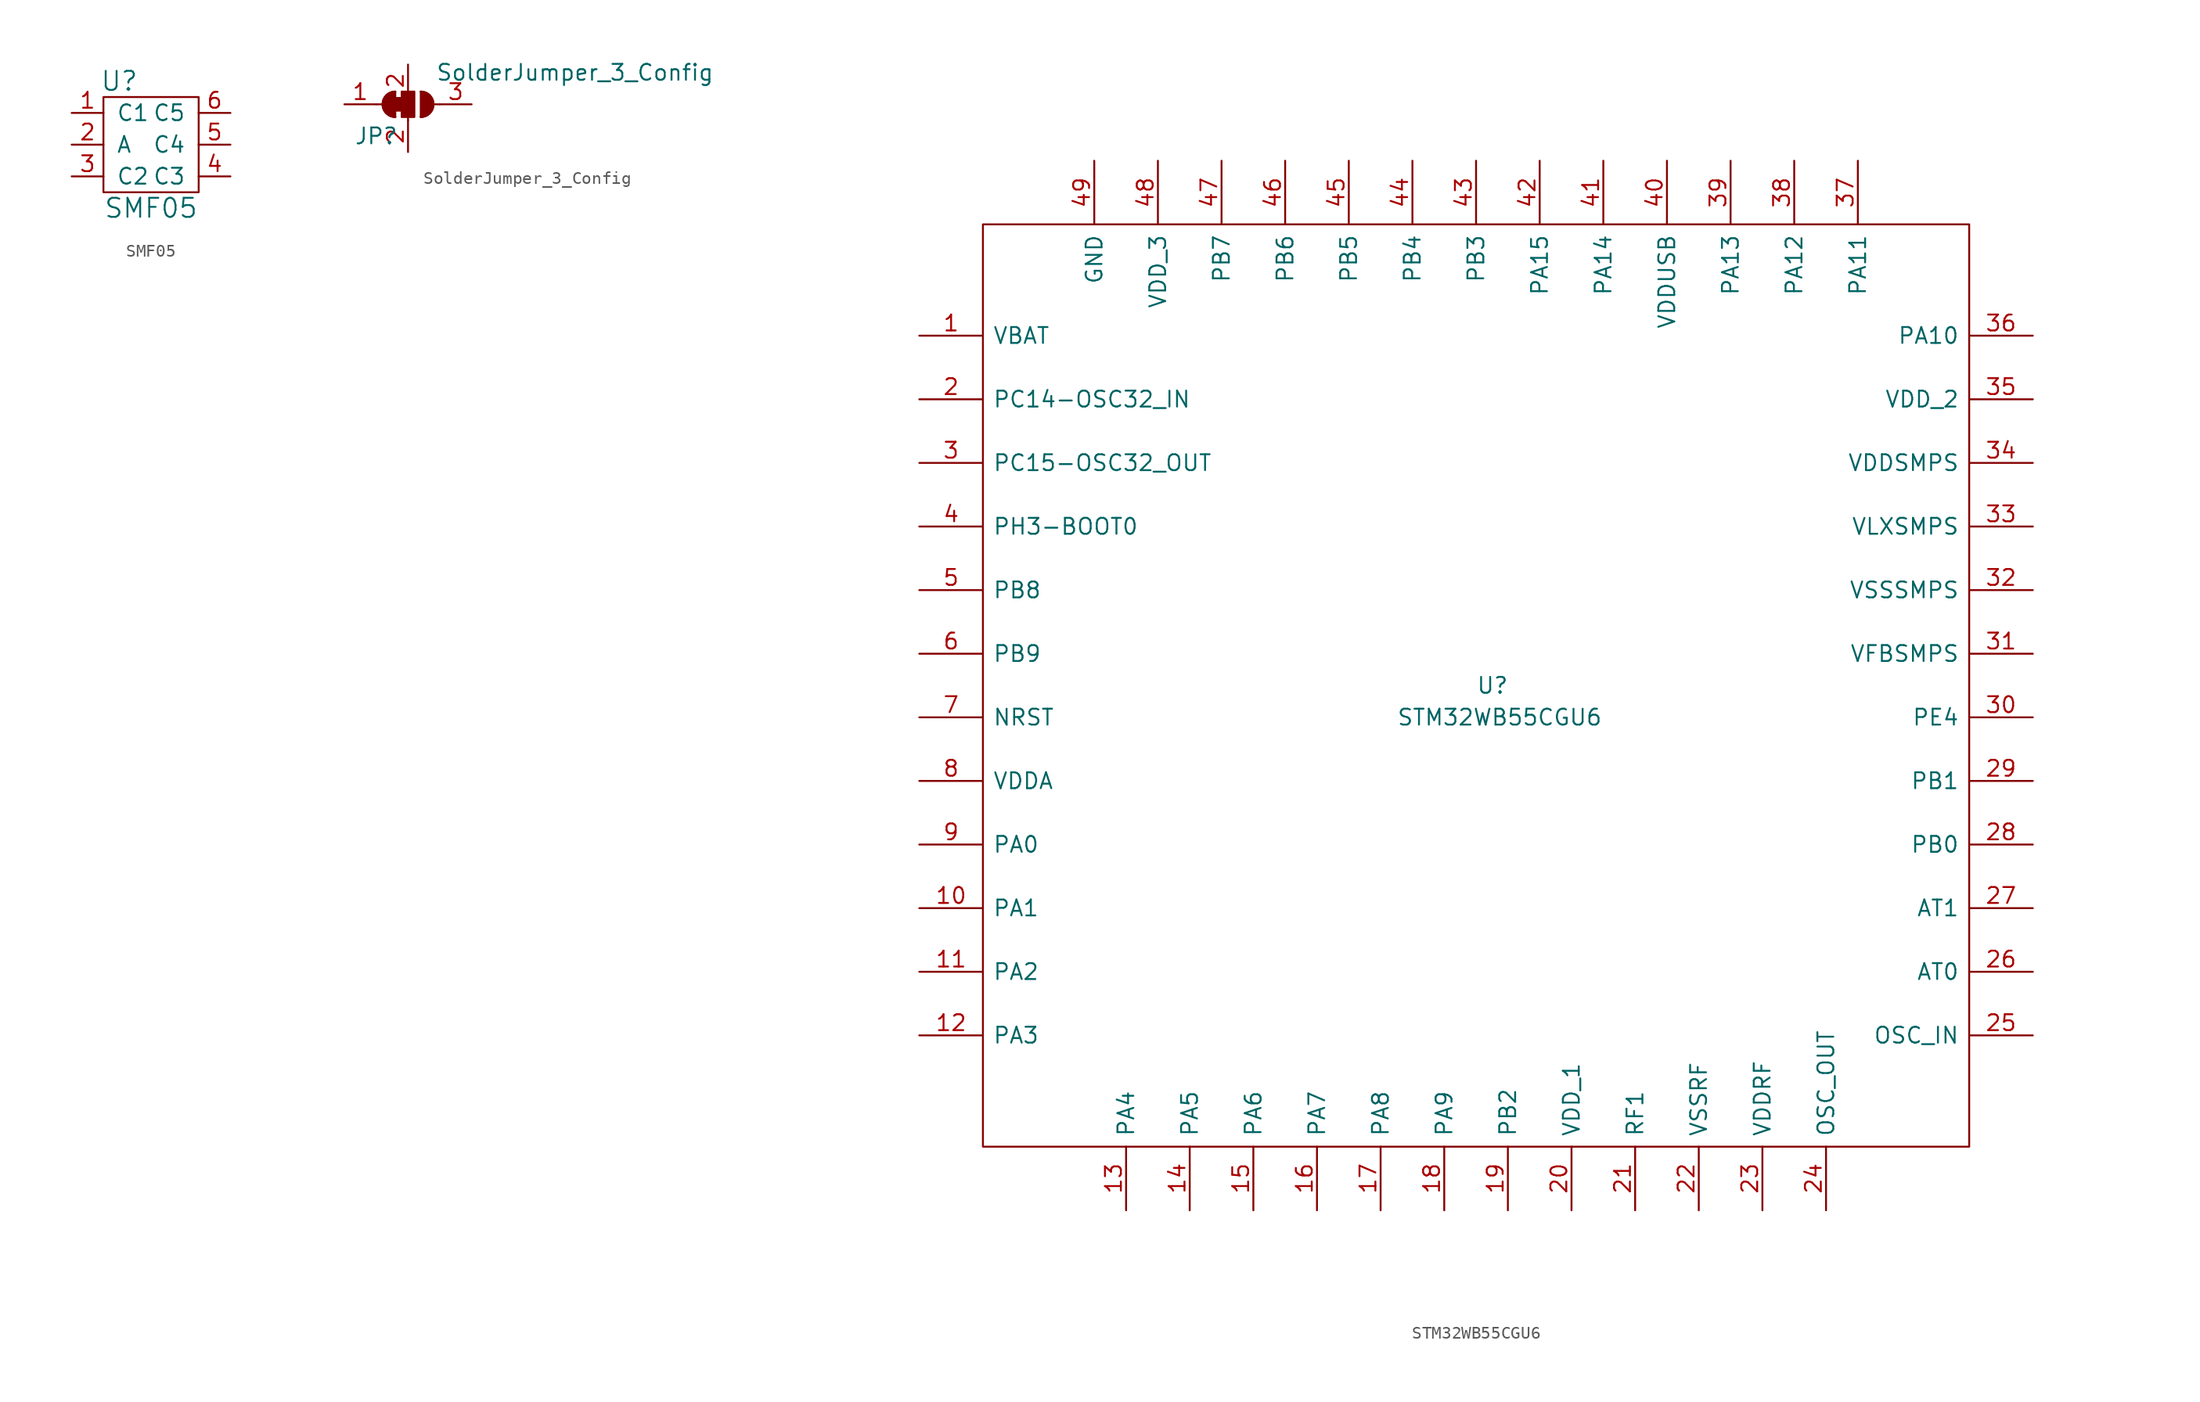
<source format=kicad_sym>
(kicad_symbol_lib
  (version 20211014)
  (generator kicad_symbol_editor)
  (symbol "SMF05"
    (pin_names
      (offset 1.016))
    (property "Reference" "U"
      (at -2.54 7.62 0)
      (effects (font (size 1.524 1.524))))
    (property "Value" "SMF05"
      (at 0 -2.54 0)
      (effects (font (size 1.524 1.524))))
    (symbol "SMF05_0_1"
      (rectangle (start -3.81 6.35) (end 3.81 -1.27) (stroke (width 0) (type default) (color 0 0 0 0)) (fill (type none))))
    (symbol "SMF05_1_1"
      (pin input line (at -6.35 5.08 0) (length 2.54) (name "C1" (effects (font (size 1.27 1.27)))) (number "1" (effects (font (size 1.27 1.27)))))
      (pin input line (at -6.35 2.54 0) (length 2.54) (name "A" (effects (font (size 1.27 1.27)))) (number "2" (effects (font (size 1.27 1.27)))))
      (pin input line (at -6.35 0 0) (length 2.54) (name "C2" (effects (font (size 1.27 1.27)))) (number "3" (effects (font (size 1.27 1.27)))))
      (pin input line (at 6.35 0 180) (length 2.54) (name "C3" (effects (font (size 1.27 1.27)))) (number "4" (effects (font (size 1.27 1.27)))))
      (pin input line (at 6.35 2.54 180) (length 2.54) (name "C4" (effects (font (size 1.27 1.27)))) (number "5" (effects (font (size 1.27 1.27)))))
      (pin input line (at 6.35 5.08 180) (length 2.54) (name "C5" (effects (font (size 1.27 1.27)))) (number "6" (effects (font (size 1.27 1.27)))))))
  (symbol "SolderJumper_3_Config"
    (pin_names
      (offset 0) hide)
    (property "Reference" "JP"
      (at -2.54 -2.54 0)
      (effects (font (size 1.27 1.27))))
    (property "Value" "SolderJumper_3_Config"
      (at 13.335 2.54 0)
      (effects (font (size 1.27 1.27))))
    (symbol "SolderJumper_3_Config_0_1"
      (rectangle (start -1.016 0.508) (end -0.508 -0.508) (stroke (width 0) (type default) (color 0 0 0 0)) (fill (type outline)))
      (arc (start -1.016 1.016) (mid -2.032 0) (end -1.016 -1.016) (stroke (width 0) (type default) (color 0 0 0 0)) (fill (type none)))
      (arc (start -1.016 1.016) (mid -2.032 0) (end -1.016 -1.016) (stroke (width 0) (type default) (color 0 0 0 0)) (fill (type outline)))
      (rectangle (start -0.508 1.016) (end 0.508 -1.016) (stroke (width 0) (type default) (color 0 0 0 0)) (fill (type outline)))
      (polyline (pts (xy -2.54 0) (xy -2.032 0)) (stroke (width 0) (type default) (color 0 0 0 0)) (fill (type none)))
      (polyline (pts (xy -1.016 1.016) (xy -1.016 -1.016)) (stroke (width 0) (type default) (color 0 0 0 0)) (fill (type none)))
      (polyline (pts (xy 0 -1.27) (xy 0 -1.016)) (stroke (width 0) (type default) (color 0 0 0 0)) (fill (type none)))
      (polyline (pts (xy 1.016 1.016) (xy 1.016 -1.016)) (stroke (width 0) (type default) (color 0 0 0 0)) (fill (type none)))
      (polyline (pts (xy 2.54 0) (xy 2.032 0)) (stroke (width 0) (type default) (color 0 0 0 0)) (fill (type none)))
      (arc (start 1.016 -1.016) (mid 2.032 0) (end 1.016 1.016) (stroke (width 0) (type default) (color 0 0 0 0)) (fill (type none)))
      (arc (start 1.016 -1.016) (mid 2.032 0) (end 1.016 1.016) (stroke (width 0) (type default) (color 0 0 0 0)) (fill (type outline))))
    (symbol "SolderJumper_3_Config_1_1"
      (pin passive line (at -5.08 0 0) (length 2.54) (name "A" (effects (font (size 1.27 1.27)))) (number "1" (effects (font (size 1.27 1.27)))))
      (pin input line (at 0 -3.81 90) (length 2.54) (name "C" (effects (font (size 1.27 1.27)))) (number "2" (effects (font (size 1.27 1.27)))))
      (pin input line (at 0 3.175 270) (length 2.54) (name "C" (effects (font (size 1.27 1.27)))) (number "2" (effects (font (size 1.27 1.27)))))
      (pin passive line (at 5.08 0 180) (length 2.54) (name "B" (effects (font (size 1.27 1.27)))) (number "3" (effects (font (size 1.27 1.27)))))))
  (symbol "STM32WB55CGU6"
    (pin_names
      (offset 0.762))
    (property "Reference" "U"
      (at 44.45 -27.94 0)
      (effects (font (size 1.27 1.27)) (justify left)))
    (property "Value" "STM32WB55CGU6"
      (at 38.1 -30.48 0)
      (effects (font (size 1.27 1.27)) (justify left)))
    (symbol "STM32WB55CGU6_0_0"
      (pin unspecified line (at 0 0 0) (length 5.08) (name "VBAT" (effects (font (size 1.27 1.27)))) (number "1" (effects (font (size 1.27 1.27)))))
      (pin unspecified line (at 0 -45.72 0) (length 5.08) (name "PA1" (effects (font (size 1.27 1.27)))) (number "10" (effects (font (size 1.27 1.27)))))
      (pin unspecified line (at 0 -50.8 0) (length 5.08) (name "PA2" (effects (font (size 1.27 1.27)))) (number "11" (effects (font (size 1.27 1.27)))))
      (pin unspecified line (at 0 -55.88 0) (length 5.08) (name "PA3" (effects (font (size 1.27 1.27)))) (number "12" (effects (font (size 1.27 1.27)))))
      (pin unspecified line (at 16.51 -69.85 90) (length 5.08) (name "PA4" (effects (font (size 1.27 1.27)))) (number "13" (effects (font (size 1.27 1.27)))))
      (pin unspecified line (at 21.59 -69.85 90) (length 5.08) (name "PA5" (effects (font (size 1.27 1.27)))) (number "14" (effects (font (size 1.27 1.27)))))
      (pin unspecified line (at 26.67 -69.85 90) (length 5.08) (name "PA6" (effects (font (size 1.27 1.27)))) (number "15" (effects (font (size 1.27 1.27)))))
      (pin unspecified line (at 31.75 -69.85 90) (length 5.08) (name "PA7" (effects (font (size 1.27 1.27)))) (number "16" (effects (font (size 1.27 1.27)))))
      (pin unspecified line (at 36.83 -69.85 90) (length 5.08) (name "PA8" (effects (font (size 1.27 1.27)))) (number "17" (effects (font (size 1.27 1.27)))))
      (pin unspecified line (at 41.91 -69.85 90) (length 5.08) (name "PA9" (effects (font (size 1.27 1.27)))) (number "18" (effects (font (size 1.27 1.27)))))
      (pin unspecified line (at 46.99 -69.85 90) (length 5.08) (name "PB2" (effects (font (size 1.27 1.27)))) (number "19" (effects (font (size 1.27 1.27)))))
      (pin unspecified line (at 0 -5.08 0) (length 5.08) (name "PC14-OSC32_IN" (effects (font (size 1.27 1.27)))) (number "2" (effects (font (size 1.27 1.27)))))
      (pin unspecified line (at 52.07 -69.85 90) (length 5.08) (name "VDD_1" (effects (font (size 1.27 1.27)))) (number "20" (effects (font (size 1.27 1.27)))))
      (pin unspecified line (at 57.15 -69.85 90) (length 5.08) (name "RF1" (effects (font (size 1.27 1.27)))) (number "21" (effects (font (size 1.27 1.27)))))
      (pin unspecified line (at 62.23 -69.85 90) (length 5.08) (name "VSSRF" (effects (font (size 1.27 1.27)))) (number "22" (effects (font (size 1.27 1.27)))))
      (pin unspecified line (at 67.31 -69.85 90) (length 5.08) (name "VDDRF" (effects (font (size 1.27 1.27)))) (number "23" (effects (font (size 1.27 1.27)))))
      (pin unspecified line (at 72.39 -69.85 90) (length 5.08) (name "OSC_OUT" (effects (font (size 1.27 1.27)))) (number "24" (effects (font (size 1.27 1.27)))))
      (pin unspecified line (at 88.9 -55.88 180) (length 5.08) (name "OSC_IN" (effects (font (size 1.27 1.27)))) (number "25" (effects (font (size 1.27 1.27)))))
      (pin unspecified line (at 88.9 -50.8 180) (length 5.08) (name "AT0" (effects (font (size 1.27 1.27)))) (number "26" (effects (font (size 1.27 1.27)))))
      (pin unspecified line (at 88.9 -45.72 180) (length 5.08) (name "AT1" (effects (font (size 1.27 1.27)))) (number "27" (effects (font (size 1.27 1.27)))))
      (pin unspecified line (at 88.9 -40.64 180) (length 5.08) (name "PB0" (effects (font (size 1.27 1.27)))) (number "28" (effects (font (size 1.27 1.27)))))
      (pin unspecified line (at 88.9 -35.56 180) (length 5.08) (name "PB1" (effects (font (size 1.27 1.27)))) (number "29" (effects (font (size 1.27 1.27)))))
      (pin unspecified line (at 0 -10.16 0) (length 5.08) (name "PC15-OSC32_OUT" (effects (font (size 1.27 1.27)))) (number "3" (effects (font (size 1.27 1.27)))))
      (pin unspecified line (at 88.9 -30.48 180) (length 5.08) (name "PE4" (effects (font (size 1.27 1.27)))) (number "30" (effects (font (size 1.27 1.27)))))
      (pin unspecified line (at 88.9 -25.4 180) (length 5.08) (name "VFBSMPS" (effects (font (size 1.27 1.27)))) (number "31" (effects (font (size 1.27 1.27)))))
      (pin unspecified line (at 88.9 -20.32 180) (length 5.08) (name "VSSSMPS" (effects (font (size 1.27 1.27)))) (number "32" (effects (font (size 1.27 1.27)))))
      (pin unspecified line (at 88.9 -15.24 180) (length 5.08) (name "VLXSMPS" (effects (font (size 1.27 1.27)))) (number "33" (effects (font (size 1.27 1.27)))))
      (pin unspecified line (at 88.9 -10.16 180) (length 5.08) (name "VDDSMPS" (effects (font (size 1.27 1.27)))) (number "34" (effects (font (size 1.27 1.27)))))
      (pin unspecified line (at 88.9 -5.08 180) (length 5.08) (name "VDD_2" (effects (font (size 1.27 1.27)))) (number "35" (effects (font (size 1.27 1.27)))))
      (pin unspecified line (at 88.9 0 180) (length 5.08) (name "PA10" (effects (font (size 1.27 1.27)))) (number "36" (effects (font (size 1.27 1.27)))))
      (pin unspecified line (at 74.93 13.97 270) (length 5.08) (name "PA11" (effects (font (size 1.27 1.27)))) (number "37" (effects (font (size 1.27 1.27)))))
      (pin unspecified line (at 69.85 13.97 270) (length 5.08) (name "PA12" (effects (font (size 1.27 1.27)))) (number "38" (effects (font (size 1.27 1.27)))))
      (pin unspecified line (at 64.77 13.97 270) (length 5.08) (name "PA13" (effects (font (size 1.27 1.27)))) (number "39" (effects (font (size 1.27 1.27)))))
      (pin unspecified line (at 0 -15.24 0) (length 5.08) (name "PH3-BOOT0" (effects (font (size 1.27 1.27)))) (number "4" (effects (font (size 1.27 1.27)))))
      (pin unspecified line (at 59.69 13.97 270) (length 5.08) (name "VDDUSB" (effects (font (size 1.27 1.27)))) (number "40" (effects (font (size 1.27 1.27)))))
      (pin unspecified line (at 54.61 13.97 270) (length 5.08) (name "PA14" (effects (font (size 1.27 1.27)))) (number "41" (effects (font (size 1.27 1.27)))))
      (pin unspecified line (at 49.53 13.97 270) (length 5.08) (name "PA15" (effects (font (size 1.27 1.27)))) (number "42" (effects (font (size 1.27 1.27)))))
      (pin unspecified line (at 44.45 13.97 270) (length 5.08) (name "PB3" (effects (font (size 1.27 1.27)))) (number "43" (effects (font (size 1.27 1.27)))))
      (pin unspecified line (at 39.37 13.97 270) (length 5.08) (name "PB4" (effects (font (size 1.27 1.27)))) (number "44" (effects (font (size 1.27 1.27)))))
      (pin unspecified line (at 34.29 13.97 270) (length 5.08) (name "PB5" (effects (font (size 1.27 1.27)))) (number "45" (effects (font (size 1.27 1.27)))))
      (pin unspecified line (at 29.21 13.97 270) (length 5.08) (name "PB6" (effects (font (size 1.27 1.27)))) (number "46" (effects (font (size 1.27 1.27)))))
      (pin unspecified line (at 24.13 13.97 270) (length 5.08) (name "PB7" (effects (font (size 1.27 1.27)))) (number "47" (effects (font (size 1.27 1.27)))))
      (pin unspecified line (at 19.05 13.97 270) (length 5.08) (name "VDD_3" (effects (font (size 1.27 1.27)))) (number "48" (effects (font (size 1.27 1.27)))))
      (pin unspecified line (at 13.97 13.97 270) (length 5.08) (name "GND" (effects (font (size 1.27 1.27)))) (number "49" (effects (font (size 1.27 1.27)))))
      (pin unspecified line (at 0 -20.32 0) (length 5.08) (name "PB8" (effects (font (size 1.27 1.27)))) (number "5" (effects (font (size 1.27 1.27)))))
      (pin unspecified line (at 0 -25.4 0) (length 5.08) (name "PB9" (effects (font (size 1.27 1.27)))) (number "6" (effects (font (size 1.27 1.27)))))
      (pin unspecified line (at 0 -30.48 0) (length 5.08) (name "NRST" (effects (font (size 1.27 1.27)))) (number "7" (effects (font (size 1.27 1.27)))))
      (pin unspecified line (at 0 -35.56 0) (length 5.08) (name "VDDA" (effects (font (size 1.27 1.27)))) (number "8" (effects (font (size 1.27 1.27)))))
      (pin unspecified line (at 0 -40.64 0) (length 5.08) (name "PA0" (effects (font (size 1.27 1.27)))) (number "9" (effects (font (size 1.27 1.27))))))
    (symbol "STM32WB55CGU6_0_1"
      (rectangle (start 5.08 -64.77) (end 83.82 8.89) (stroke (width 0) (type default) (color 0 0 0 0)) (fill (type none))))))
</source>
